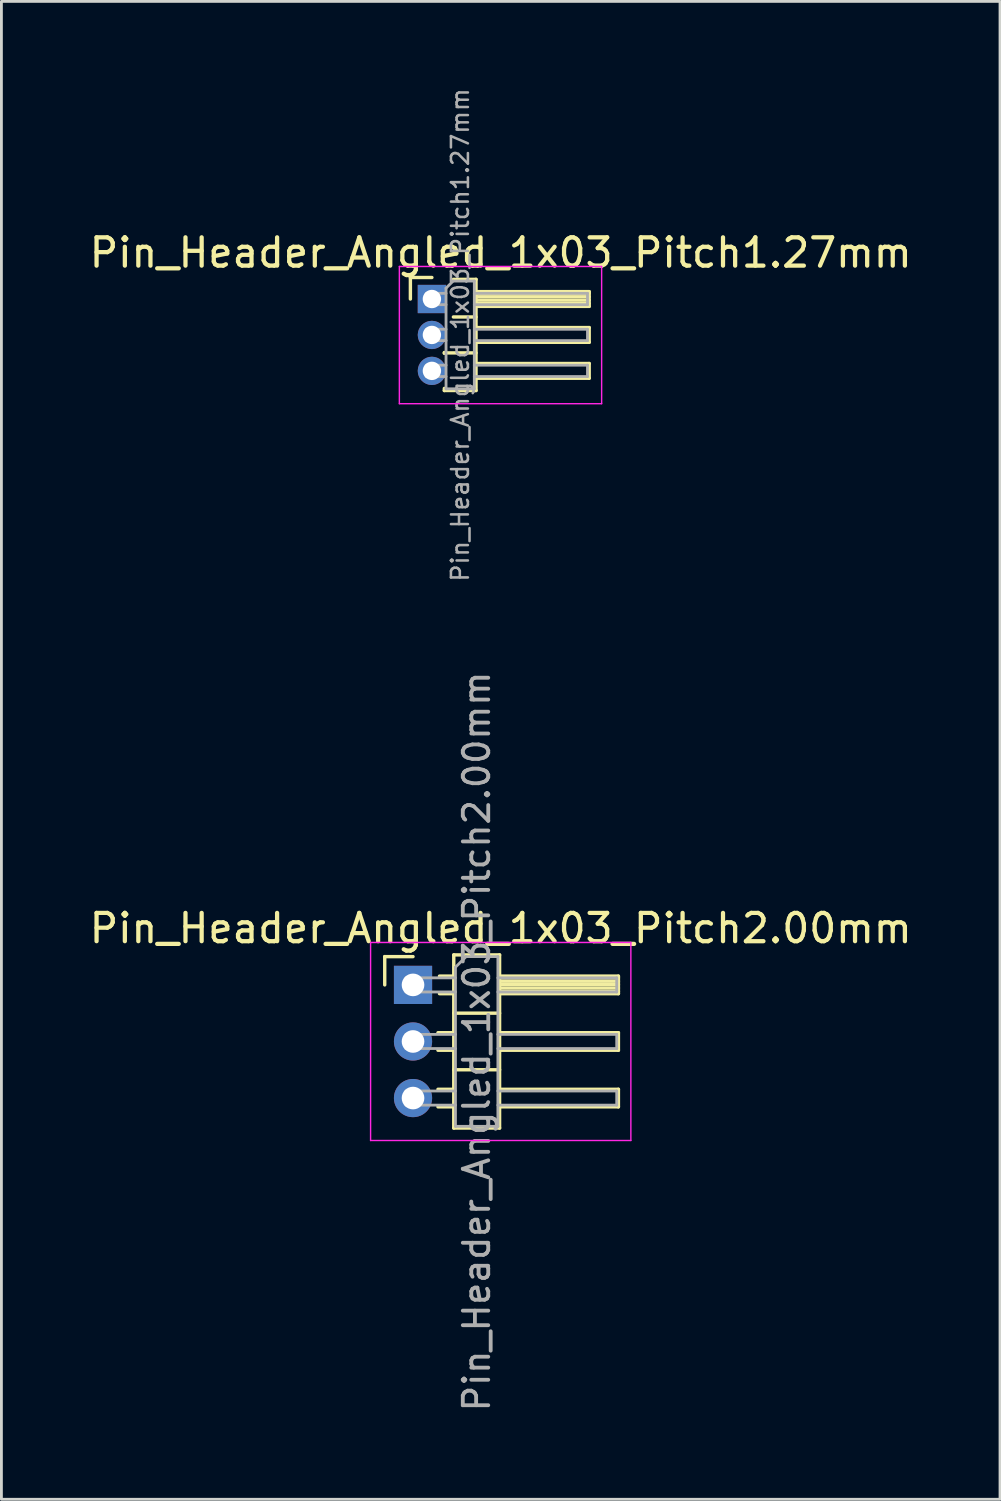
<source format=kicad_pcb>
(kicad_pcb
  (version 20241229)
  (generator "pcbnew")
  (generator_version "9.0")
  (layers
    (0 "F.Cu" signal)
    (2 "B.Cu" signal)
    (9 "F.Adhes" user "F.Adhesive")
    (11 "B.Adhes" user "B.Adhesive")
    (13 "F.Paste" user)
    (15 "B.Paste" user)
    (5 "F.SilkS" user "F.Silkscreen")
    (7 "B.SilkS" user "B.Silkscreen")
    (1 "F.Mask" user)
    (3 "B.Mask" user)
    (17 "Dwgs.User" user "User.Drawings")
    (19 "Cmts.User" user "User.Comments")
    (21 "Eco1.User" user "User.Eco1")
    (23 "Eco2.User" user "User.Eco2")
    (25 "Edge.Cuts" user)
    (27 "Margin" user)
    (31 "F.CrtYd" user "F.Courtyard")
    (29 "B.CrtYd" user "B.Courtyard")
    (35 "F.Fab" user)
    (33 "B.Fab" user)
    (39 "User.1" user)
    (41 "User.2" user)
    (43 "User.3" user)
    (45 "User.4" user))
  (footprint "Pin_Header_Angled_1x03_Pitch2.00mm"
    (layer "F.Cu")
    (at 11.549 31.763)
    (property "Reference" "Pin_Header_Angled_1x03_Pitch2.00mm" (at 3.1 -2 0) (layer "F.SilkS") (effects (font (size 1 1) (thickness 0.15))))
    (attr through_hole)
    (fp_line (start -1 -1) (end 0 -1) (stroke (width 0.12) (type solid)) (layer "F.SilkS"))
    (fp_line (start -1 0) (end -1 -1) (stroke (width 0.12) (type solid)) (layer "F.SilkS"))
    (fp_line (start 0.882 1.69) (end 1.44 1.69) (stroke (width 0.12) (type solid)) (layer "F.SilkS"))
    (fp_line (start 0.882 2.31) (end 1.44 2.31) (stroke (width 0.12) (type solid)) (layer "F.SilkS"))
    (fp_line (start 0.882 3.69) (end 1.44 3.69) (stroke (width 0.12) (type solid)) (layer "F.SilkS"))
    (fp_line (start 0.882 4.31) (end 1.44 4.31) (stroke (width 0.12) (type solid)) (layer "F.SilkS"))
    (fp_line (start 0.935 -0.31) (end 1.44 -0.31) (stroke (width 0.12) (type solid)) (layer "F.SilkS"))
    (fp_line (start 0.935 0.31) (end 1.44 0.31) (stroke (width 0.12) (type solid)) (layer "F.SilkS"))
    (fp_line (start 1.44 -1.06) (end 1.44 5.06) (stroke (width 0.12) (type solid)) (layer "F.SilkS"))
    (fp_line (start 1.44 1) (end 3.06 1) (stroke (width 0.12) (type solid)) (layer "F.SilkS"))
    (fp_line (start 1.44 3) (end 3.06 3) (stroke (width 0.12) (type solid)) (layer "F.SilkS"))
    (fp_line (start 1.44 5.06) (end 3.06 5.06) (stroke (width 0.12) (type solid)) (layer "F.SilkS"))
    (fp_line (start 3.06 -1.06) (end 1.44 -1.06) (stroke (width 0.12) (type solid)) (layer "F.SilkS"))
    (fp_line (start 3.06 -0.31) (end 7.26 -0.31) (stroke (width 0.12) (type solid)) (layer "F.SilkS"))
    (fp_line (start 3.06 -0.25) (end 7.26 -0.25) (stroke (width 0.12) (type solid)) (layer "F.SilkS"))
    (fp_line (start 3.06 -0.13) (end 7.26 -0.13) (stroke (width 0.12) (type solid)) (layer "F.SilkS"))
    (fp_line (start 3.06 -0.01) (end 7.26 -0.01) (stroke (width 0.12) (type solid)) (layer "F.SilkS"))
    (fp_line (start 3.06 0.11) (end 7.26 0.11) (stroke (width 0.12) (type solid)) (layer "F.SilkS"))
    (fp_line (start 3.06 0.23) (end 7.26 0.23) (stroke (width 0.12) (type solid)) (layer "F.SilkS"))
    (fp_line (start 3.06 1.69) (end 7.26 1.69) (stroke (width 0.12) (type solid)) (layer "F.SilkS"))
    (fp_line (start 3.06 3.69) (end 7.26 3.69) (stroke (width 0.12) (type solid)) (layer "F.SilkS"))
    (fp_line (start 3.06 5.06) (end 3.06 -1.06) (stroke (width 0.12) (type solid)) (layer "F.SilkS"))
    (fp_line (start 7.26 -0.31) (end 7.26 0.31) (stroke (width 0.12) (type solid)) (layer "F.SilkS"))
    (fp_line (start 7.26 0.31) (end 3.06 0.31) (stroke (width 0.12) (type solid)) (layer "F.SilkS"))
    (fp_line (start 7.26 1.69) (end 7.26 2.31) (stroke (width 0.12) (type solid)) (layer "F.SilkS"))
    (fp_line (start 7.26 2.31) (end 3.06 2.31) (stroke (width 0.12) (type solid)) (layer "F.SilkS"))
    (fp_line (start 7.26 3.69) (end 7.26 4.31) (stroke (width 0.12) (type solid)) (layer "F.SilkS"))
    (fp_line (start 7.26 4.31) (end 3.06 4.31) (stroke (width 0.12) (type solid)) (layer "F.SilkS"))
    (fp_line (start -1.5 -1.5) (end -1.5 5.5) (stroke (width 0.05) (type solid)) (layer "F.CrtYd"))
    (fp_line (start -1.5 5.5) (end 7.7 5.5) (stroke (width 0.05) (type solid)) (layer "F.CrtYd"))
    (fp_line (start 7.7 -1.5) (end -1.5 -1.5) (stroke (width 0.05) (type solid)) (layer "F.CrtYd"))
    (fp_line (start 7.7 5.5) (end 7.7 -1.5) (stroke (width 0.05) (type solid)) (layer "F.CrtYd"))
    (fp_line (start -0.25 -0.25) (end -0.25 0.25) (stroke (width 0.1) (type solid)) (layer "F.Fab"))
    (fp_line (start -0.25 -0.25) (end 1.5 -0.25) (stroke (width 0.1) (type solid)) (layer "F.Fab"))
    (fp_line (start -0.25 0.25) (end 1.5 0.25) (stroke (width 0.1) (type solid)) (layer "F.Fab"))
    (fp_line (start -0.25 1.75) (end -0.25 2.25) (stroke (width 0.1) (type solid)) (layer "F.Fab"))
    (fp_line (start -0.25 1.75) (end 1.5 1.75) (stroke (width 0.1) (type solid)) (layer "F.Fab"))
    (fp_line (start -0.25 2.25) (end 1.5 2.25) (stroke (width 0.1) (type solid)) (layer "F.Fab"))
    (fp_line (start -0.25 3.75) (end -0.25 4.25) (stroke (width 0.1) (type solid)) (layer "F.Fab"))
    (fp_line (start -0.25 3.75) (end 1.5 3.75) (stroke (width 0.1) (type solid)) (layer "F.Fab"))
    (fp_line (start -0.25 4.25) (end 1.5 4.25) (stroke (width 0.1) (type solid)) (layer "F.Fab"))
    (fp_line (start 1.5 -0.625) (end 1.875 -1) (stroke (width 0.1) (type solid)) (layer "F.Fab"))
    (fp_line (start 1.5 5) (end 1.5 -0.625) (stroke (width 0.1) (type solid)) (layer "F.Fab"))
    (fp_line (start 1.875 -1) (end 3 -1) (stroke (width 0.1) (type solid)) (layer "F.Fab"))
    (fp_line (start 3 -1) (end 3 5) (stroke (width 0.1) (type solid)) (layer "F.Fab"))
    (fp_line (start 3 -0.25) (end 7.2 -0.25) (stroke (width 0.1) (type solid)) (layer "F.Fab"))
    (fp_line (start 3 0.25) (end 7.2 0.25) (stroke (width 0.1) (type solid)) (layer "F.Fab"))
    (fp_line (start 3 1.75) (end 7.2 1.75) (stroke (width 0.1) (type solid)) (layer "F.Fab"))
    (fp_line (start 3 2.25) (end 7.2 2.25) (stroke (width 0.1) (type solid)) (layer "F.Fab"))
    (fp_line (start 3 3.75) (end 7.2 3.75) (stroke (width 0.1) (type solid)) (layer "F.Fab"))
    (fp_line (start 3 4.25) (end 7.2 4.25) (stroke (width 0.1) (type solid)) (layer "F.Fab"))
    (fp_line (start 3 5) (end 1.5 5) (stroke (width 0.1) (type solid)) (layer "F.Fab"))
    (fp_line (start 7.2 -0.25) (end 7.2 0.25) (stroke (width 0.1) (type solid)) (layer "F.Fab"))
    (fp_line (start 7.2 1.75) (end 7.2 2.25) (stroke (width 0.1) (type solid)) (layer "F.Fab"))
    (fp_line (start 7.2 3.75) (end 7.2 4.25) (stroke (width 0.1) (type solid)) (layer "F.Fab"))
    (fp_text user "${REFERENCE}" (at 2.25 2 90) (layer "F.Fab") (effects (font (size 0.9 0.9) (thickness 0.135))))
    (pad "1" thru_hole rect (at 0 0) (size 1.35 1.35) (drill 0.8) (layers "*.Cu" "*.Mask"))
    (pad "2" thru_hole oval (at 0 2) (size 1.35 1.35) (drill 0.8) (layers "*.Cu" "*.Mask"))
    (pad "3" thru_hole oval (at 0 4) (size 1.35 1.35) (drill 0.8) (layers "*.Cu" "*.Mask")))
  (footprint "Pin_Header_Angled_1x03_Pitch1.27mm"
    (layer "F.Cu")
    (at 12.216 7.519)
    (property "Reference" "Pin_Header_Angled_1x03_Pitch1.27mm" (at 2.433 -1.635 0) (layer "F.SilkS") (effects (font (size 1 1) (thickness 0.15))))
    (attr through_hole)
    (fp_line (start -0.76 -0.76) (end 0 -0.76) (stroke (width 0.12) (type solid)) (layer "F.SilkS"))
    (fp_line (start -0.76 0) (end -0.76 -0.76) (stroke (width 0.12) (type solid)) (layer "F.SilkS"))
    (fp_line (start 0.44 1.89) (end 0.44 1.92) (stroke (width 0.12) (type solid)) (layer "F.SilkS"))
    (fp_line (start 0.44 1.905) (end 1.56 1.905) (stroke (width 0.12) (type solid)) (layer "F.SilkS"))
    (fp_line (start 0.44 3.235) (end 0.44 3.16) (stroke (width 0.12) (type solid)) (layer "F.SilkS"))
    (fp_line (start 0.76 -0.695) (end 1.56 -0.695) (stroke (width 0.12) (type solid)) (layer "F.SilkS"))
    (fp_line (start 0.76 0.635) (end 1.56 0.635) (stroke (width 0.12) (type solid)) (layer "F.SilkS"))
    (fp_line (start 1.56 -0.695) (end 1.56 3.235) (stroke (width 0.12) (type solid)) (layer "F.SilkS"))
    (fp_line (start 1.56 -0.26) (end 5.56 -0.26) (stroke (width 0.12) (type solid)) (layer "F.SilkS"))
    (fp_line (start 1.56 -0.2) (end 5.56 -0.2) (stroke (width 0.12) (type solid)) (layer "F.SilkS"))
    (fp_line (start 1.56 -0.08) (end 5.56 -0.08) (stroke (width 0.12) (type solid)) (layer "F.SilkS"))
    (fp_line (start 1.56 0.04) (end 5.56 0.04) (stroke (width 0.12) (type solid)) (layer "F.SilkS"))
    (fp_line (start 1.56 0.16) (end 5.56 0.16) (stroke (width 0.12) (type solid)) (layer "F.SilkS"))
    (fp_line (start 1.56 1.01) (end 5.56 1.01) (stroke (width 0.12) (type solid)) (layer "F.SilkS"))
    (fp_line (start 1.56 2.28) (end 5.56 2.28) (stroke (width 0.12) (type solid)) (layer "F.SilkS"))
    (fp_line (start 1.56 3.235) (end 0.44 3.235) (stroke (width 0.12) (type solid)) (layer "F.SilkS"))
    (fp_line (start 5.56 -0.26) (end 5.56 0.26) (stroke (width 0.12) (type solid)) (layer "F.SilkS"))
    (fp_line (start 5.56 0.26) (end 1.56 0.26) (stroke (width 0.12) (type solid)) (layer "F.SilkS"))
    (fp_line (start 5.56 1.01) (end 5.56 1.53) (stroke (width 0.12) (type solid)) (layer "F.SilkS"))
    (fp_line (start 5.56 1.53) (end 1.56 1.53) (stroke (width 0.12) (type solid)) (layer "F.SilkS"))
    (fp_line (start 5.56 2.28) (end 5.56 2.8) (stroke (width 0.12) (type solid)) (layer "F.SilkS"))
    (fp_line (start 5.56 2.8) (end 1.56 2.8) (stroke (width 0.12) (type solid)) (layer "F.SilkS"))
    (fp_line (start -1.15 -1.15) (end -1.15 3.7) (stroke (width 0.05) (type solid)) (layer "F.CrtYd"))
    (fp_line (start -1.15 3.7) (end 6 3.7) (stroke (width 0.05) (type solid)) (layer "F.CrtYd"))
    (fp_line (start 6 -1.15) (end -1.15 -1.15) (stroke (width 0.05) (type solid)) (layer "F.CrtYd"))
    (fp_line (start 6 3.7) (end 6 -1.15) (stroke (width 0.05) (type solid)) (layer "F.CrtYd"))
    (fp_line (start -0.2 -0.2) (end -0.2 0.2) (stroke (width 0.1) (type solid)) (layer "F.Fab"))
    (fp_line (start -0.2 -0.2) (end 0.5 -0.2) (stroke (width 0.1) (type solid)) (layer "F.Fab"))
    (fp_line (start -0.2 0.2) (end 0.5 0.2) (stroke (width 0.1) (type solid)) (layer "F.Fab"))
    (fp_line (start -0.2 1.07) (end -0.2 1.47) (stroke (width 0.1) (type solid)) (layer "F.Fab"))
    (fp_line (start -0.2 1.07) (end 0.5 1.07) (stroke (width 0.1) (type solid)) (layer "F.Fab"))
    (fp_line (start -0.2 1.47) (end 0.5 1.47) (stroke (width 0.1) (type solid)) (layer "F.Fab"))
    (fp_line (start -0.2 2.34) (end -0.2 2.74) (stroke (width 0.1) (type solid)) (layer "F.Fab"))
    (fp_line (start -0.2 2.34) (end 0.5 2.34) (stroke (width 0.1) (type solid)) (layer "F.Fab"))
    (fp_line (start -0.2 2.74) (end 0.5 2.74) (stroke (width 0.1) (type solid)) (layer "F.Fab"))
    (fp_line (start 0.5 -0.385) (end 0.75 -0.635) (stroke (width 0.1) (type solid)) (layer "F.Fab"))
    (fp_line (start 0.5 3.175) (end 0.5 -0.385) (stroke (width 0.1) (type solid)) (layer "F.Fab"))
    (fp_line (start 0.75 -0.635) (end 1.5 -0.635) (stroke (width 0.1) (type solid)) (layer "F.Fab"))
    (fp_line (start 1.5 -0.635) (end 1.5 3.175) (stroke (width 0.1) (type solid)) (layer "F.Fab"))
    (fp_line (start 1.5 -0.2) (end 5.5 -0.2) (stroke (width 0.1) (type solid)) (layer "F.Fab"))
    (fp_line (start 1.5 0.2) (end 5.5 0.2) (stroke (width 0.1) (type solid)) (layer "F.Fab"))
    (fp_line (start 1.5 1.07) (end 5.5 1.07) (stroke (width 0.1) (type solid)) (layer "F.Fab"))
    (fp_line (start 1.5 1.47) (end 5.5 1.47) (stroke (width 0.1) (type solid)) (layer "F.Fab"))
    (fp_line (start 1.5 2.34) (end 5.5 2.34) (stroke (width 0.1) (type solid)) (layer "F.Fab"))
    (fp_line (start 1.5 2.74) (end 5.5 2.74) (stroke (width 0.1) (type solid)) (layer "F.Fab"))
    (fp_line (start 1.5 3.175) (end 0.5 3.175) (stroke (width 0.1) (type solid)) (layer "F.Fab"))
    (fp_line (start 5.5 -0.2) (end 5.5 0.2) (stroke (width 0.1) (type solid)) (layer "F.Fab"))
    (fp_line (start 5.5 1.07) (end 5.5 1.47) (stroke (width 0.1) (type solid)) (layer "F.Fab"))
    (fp_line (start 5.5 2.34) (end 5.5 2.74) (stroke (width 0.1) (type solid)) (layer "F.Fab"))
    (fp_text user "${REFERENCE}" (at 1 1.27 90) (layer "F.Fab") (effects (font (size 0.6 0.6) (thickness 0.09))))
    (pad "1" thru_hole rect (at 0 0) (size 1 1) (drill 0.65) (layers "*.Cu" "*.Mask"))
    (pad "2" thru_hole oval (at 0 1.27) (size 1 1) (drill 0.65) (layers "*.Cu" "*.Mask"))
    (pad "3" thru_hole oval (at 0 2.54) (size 1 1) (drill 0.65) (layers "*.Cu" "*.Mask")))
  (gr_rect
    (start -3 -3)
    (end 32.298 49.946)
    (stroke (width 0.1) (type default))
    (fill no)
    (layer "Edge.Cuts")))
</source>
